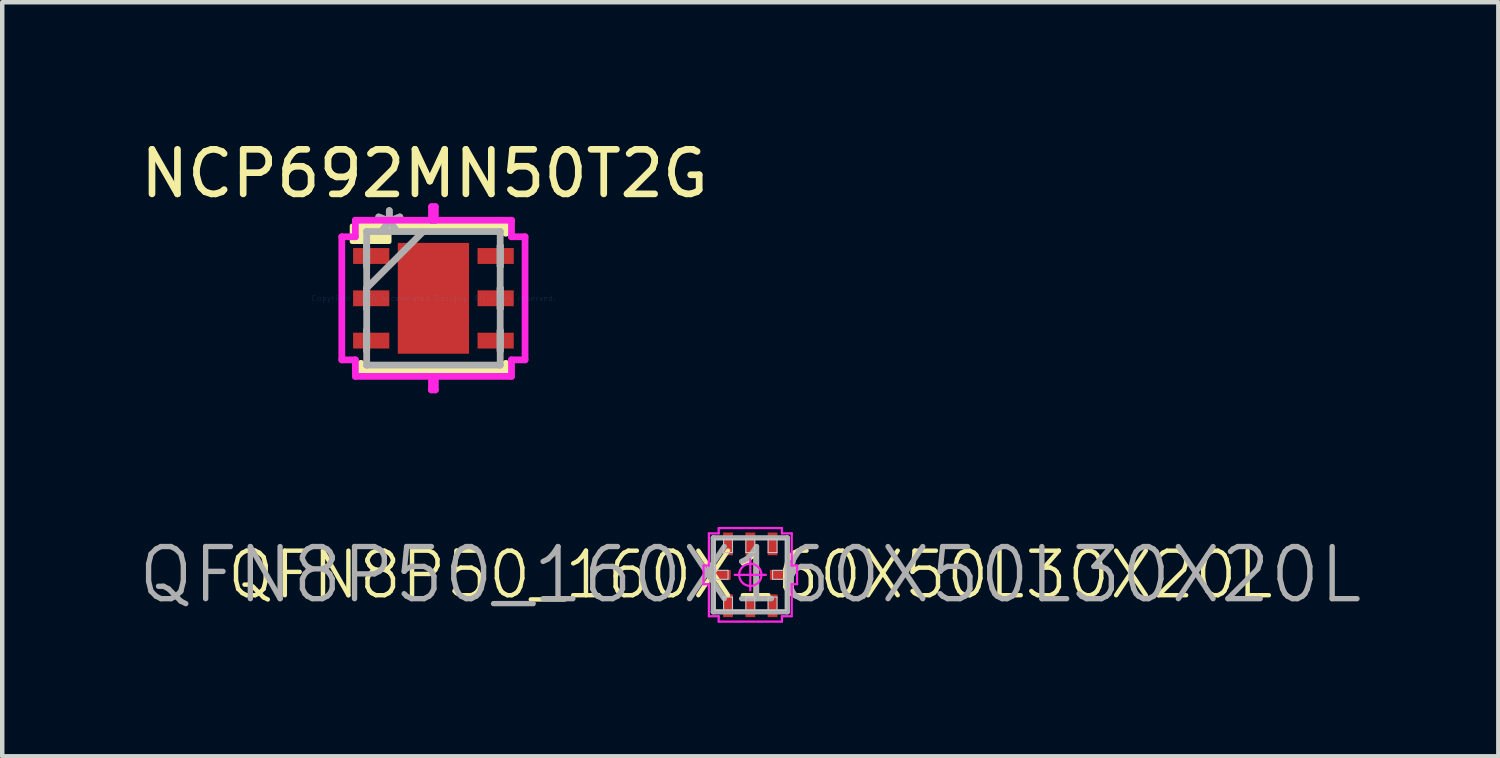
<source format=kicad_pcb>
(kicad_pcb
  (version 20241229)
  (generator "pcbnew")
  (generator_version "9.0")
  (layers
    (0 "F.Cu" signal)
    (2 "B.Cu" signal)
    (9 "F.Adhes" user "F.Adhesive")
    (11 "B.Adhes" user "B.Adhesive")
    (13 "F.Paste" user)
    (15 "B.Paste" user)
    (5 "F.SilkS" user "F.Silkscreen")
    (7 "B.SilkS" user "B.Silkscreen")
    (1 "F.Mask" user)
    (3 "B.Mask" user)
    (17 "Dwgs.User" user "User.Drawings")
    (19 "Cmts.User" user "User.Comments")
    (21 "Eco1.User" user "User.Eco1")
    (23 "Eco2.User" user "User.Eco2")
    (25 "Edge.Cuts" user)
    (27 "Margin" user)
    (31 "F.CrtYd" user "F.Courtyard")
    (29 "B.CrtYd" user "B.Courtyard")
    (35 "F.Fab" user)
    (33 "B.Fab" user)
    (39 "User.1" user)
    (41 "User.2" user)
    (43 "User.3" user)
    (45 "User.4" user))
  (footprint "NCP692MN50T2G"
    (layer "F.Cu")
    (at 6.682 3.648)
    (property "Reference" "NCP692MN50T2G" (at -0.2 -2.8 0) (layer "F.SilkS") (effects (font (size 1 1) (thickness 0.15))))
    (attr through_hole)
    (fp_line (start -1.626 -1.626) (end -1.626 -1.461) (stroke (width 0.152) (type solid)) (layer "F.SilkS"))
    (fp_line (start -1.626 1.461) (end -1.626 1.626) (stroke (width 0.152) (type solid)) (layer "F.SilkS"))
    (fp_line (start -1.626 1.626) (end 1.626 1.626) (stroke (width 0.152) (type solid)) (layer "F.SilkS"))
    (fp_line (start 1.626 -1.626) (end -1.626 -1.626) (stroke (width 0.152) (type solid)) (layer "F.SilkS"))
    (fp_line (start 1.626 -1.461) (end 1.626 -1.626) (stroke (width 0.152) (type solid)) (layer "F.SilkS"))
    (fp_line (start 1.626 1.626) (end 1.626 1.461) (stroke (width 0.152) (type solid)) (layer "F.SilkS"))
    (fp_poly (pts (xy -0.991 -1.27) (xy -1.829 -1.27) (xy -1.829 -1.626) (xy -0.991 -1.626)) (stroke (width 0.1) (type solid)) (fill yes) (layer "F.SilkS"))
    (fp_line (start -2.057 -1.382) (end -1.753 -1.382) (stroke (width 0.152) (type solid)) (layer "F.CrtYd"))
    (fp_line (start -2.057 1.382) (end -2.057 -1.382) (stroke (width 0.152) (type solid)) (layer "F.CrtYd"))
    (fp_line (start -1.753 -1.753) (end 0.043 -1.753) (stroke (width 0.152) (type solid)) (layer "F.CrtYd"))
    (fp_line (start -1.753 -1.382) (end -1.753 -1.753) (stroke (width 0.152) (type solid)) (layer "F.CrtYd"))
    (fp_line (start -1.753 1.382) (end -2.057 1.382) (stroke (width 0.152) (type solid)) (layer "F.CrtYd"))
    (fp_line (start -1.753 1.753) (end -1.753 1.382) (stroke (width 0.152) (type solid)) (layer "F.CrtYd"))
    (fp_line (start -0.043 -2.057) (end -0.043 -1.753) (stroke (width 0.152) (type solid)) (layer "F.CrtYd"))
    (fp_line (start -0.043 -1.753) (end 1.753 -1.753) (stroke (width 0.152) (type solid)) (layer "F.CrtYd"))
    (fp_line (start -0.043 1.753) (end -0.043 2.057) (stroke (width 0.152) (type solid)) (layer "F.CrtYd"))
    (fp_line (start -0.043 2.057) (end 0.043 2.057) (stroke (width 0.152) (type solid)) (layer "F.CrtYd"))
    (fp_line (start 0.043 -2.057) (end -0.043 -2.057) (stroke (width 0.152) (type solid)) (layer "F.CrtYd"))
    (fp_line (start 0.043 -1.753) (end 0.043 -2.057) (stroke (width 0.152) (type solid)) (layer "F.CrtYd"))
    (fp_line (start 0.043 1.753) (end -1.753 1.753) (stroke (width 0.152) (type solid)) (layer "F.CrtYd"))
    (fp_line (start 0.043 2.057) (end 0.043 1.753) (stroke (width 0.152) (type solid)) (layer "F.CrtYd"))
    (fp_line (start 1.753 -1.753) (end 1.753 -1.382) (stroke (width 0.152) (type solid)) (layer "F.CrtYd"))
    (fp_line (start 1.753 -1.382) (end 2.057 -1.382) (stroke (width 0.152) (type solid)) (layer "F.CrtYd"))
    (fp_line (start 1.753 1.382) (end 1.753 1.753) (stroke (width 0.152) (type solid)) (layer "F.CrtYd"))
    (fp_line (start 1.753 1.753) (end -0.043 1.753) (stroke (width 0.152) (type solid)) (layer "F.CrtYd"))
    (fp_line (start 2.057 -1.382) (end 2.057 1.382) (stroke (width 0.152) (type solid)) (layer "F.CrtYd"))
    (fp_line (start 2.057 1.382) (end 1.753 1.382) (stroke (width 0.152) (type solid)) (layer "F.CrtYd"))
    (fp_line (start -1.499 -1.499) (end -1.499 -1.499) (stroke (width 0.152) (type solid)) (layer "F.Fab"))
    (fp_line (start -1.499 -1.499) (end -1.499 1.499) (stroke (width 0.152) (type solid)) (layer "F.Fab"))
    (fp_line (start -1.499 -1.179) (end -1.499 -1.179) (stroke (width 0.152) (type solid)) (layer "F.Fab"))
    (fp_line (start -1.499 -1.179) (end -1.499 -0.721) (stroke (width 0.152) (type solid)) (layer "F.Fab"))
    (fp_line (start -1.499 -0.721) (end -1.499 -1.179) (stroke (width 0.152) (type solid)) (layer "F.Fab"))
    (fp_line (start -1.499 -0.721) (end -1.499 -0.721) (stroke (width 0.152) (type solid)) (layer "F.Fab"))
    (fp_line (start -1.499 -0.229) (end -1.499 -0.229) (stroke (width 0.152) (type solid)) (layer "F.Fab"))
    (fp_line (start -1.499 -0.229) (end -1.499 0.229) (stroke (width 0.152) (type solid)) (layer "F.Fab"))
    (fp_line (start -1.499 -0.229) (end -0.229 -1.499) (stroke (width 0.152) (type solid)) (layer "F.Fab"))
    (fp_line (start -1.499 0.229) (end -1.499 -0.229) (stroke (width 0.152) (type solid)) (layer "F.Fab"))
    (fp_line (start -1.499 0.229) (end -1.499 0.229) (stroke (width 0.152) (type solid)) (layer "F.Fab"))
    (fp_line (start -1.499 0.721) (end -1.499 0.721) (stroke (width 0.152) (type solid)) (layer "F.Fab"))
    (fp_line (start -1.499 0.721) (end -1.499 1.179) (stroke (width 0.152) (type solid)) (layer "F.Fab"))
    (fp_line (start -1.499 1.179) (end -1.499 0.721) (stroke (width 0.152) (type solid)) (layer "F.Fab"))
    (fp_line (start -1.499 1.179) (end -1.499 1.179) (stroke (width 0.152) (type solid)) (layer "F.Fab"))
    (fp_line (start -1.499 1.499) (end -1.499 1.499) (stroke (width 0.152) (type solid)) (layer "F.Fab"))
    (fp_line (start -1.499 1.499) (end 1.499 1.499) (stroke (width 0.152) (type solid)) (layer "F.Fab"))
    (fp_line (start 1.499 -1.499) (end -1.499 -1.499) (stroke (width 0.152) (type solid)) (layer "F.Fab"))
    (fp_line (start 1.499 -1.499) (end 1.499 -1.499) (stroke (width 0.152) (type solid)) (layer "F.Fab"))
    (fp_line (start 1.499 -1.179) (end 1.499 -1.179) (stroke (width 0.152) (type solid)) (layer "F.Fab"))
    (fp_line (start 1.499 -1.179) (end 1.499 -0.721) (stroke (width 0.152) (type solid)) (layer "F.Fab"))
    (fp_line (start 1.499 -0.721) (end 1.499 -1.179) (stroke (width 0.152) (type solid)) (layer "F.Fab"))
    (fp_line (start 1.499 -0.721) (end 1.499 -0.721) (stroke (width 0.152) (type solid)) (layer "F.Fab"))
    (fp_line (start 1.499 -0.229) (end 1.499 -0.229) (stroke (width 0.152) (type solid)) (layer "F.Fab"))
    (fp_line (start 1.499 -0.229) (end 1.499 0.229) (stroke (width 0.152) (type solid)) (layer "F.Fab"))
    (fp_line (start 1.499 0.229) (end 1.499 -0.229) (stroke (width 0.152) (type solid)) (layer "F.Fab"))
    (fp_line (start 1.499 0.229) (end 1.499 0.229) (stroke (width 0.152) (type solid)) (layer "F.Fab"))
    (fp_line (start 1.499 0.721) (end 1.499 0.721) (stroke (width 0.152) (type solid)) (layer "F.Fab"))
    (fp_line (start 1.499 0.721) (end 1.499 1.179) (stroke (width 0.152) (type solid)) (layer "F.Fab"))
    (fp_line (start 1.499 1.179) (end 1.499 0.721) (stroke (width 0.152) (type solid)) (layer "F.Fab"))
    (fp_line (start 1.499 1.179) (end 1.499 1.179) (stroke (width 0.152) (type solid)) (layer "F.Fab"))
    (fp_line (start 1.499 1.499) (end 1.499 -1.499) (stroke (width 0.152) (type solid)) (layer "F.Fab"))
    (fp_line (start 1.499 1.499) (end 1.499 1.499) (stroke (width 0.152) (type solid)) (layer "F.Fab"))
    (fp_text user "Copyright 2016 Accelerated Designs. All rights reserved." (at 0 0 0) (layer "Cmts.User") (effects (font (size 0.127 0.127) (thickness 0.002))))
    (fp_text user "*" (at -0.991 -1.425 0) (layer "F.Fab") (effects (font (size 1 1) (thickness 0.15))))
    (fp_text user "*" (at -0.991 -1.425 0) (layer "F.Fab") (effects (font (size 1 1) (thickness 0.15))))
    (pad "1" smd rect (at -1.397 -0.95 90) (size 0.356 0.813) (layers "F.Cu" "F.Mask" "F.Paste"))
    (pad "2" smd rect (at -1.397 0 90) (size 0.356 0.813) (layers "F.Cu" "F.Mask" "F.Paste"))
    (pad "3" smd rect (at -1.397 0.95 90) (size 0.356 0.813) (layers "F.Cu" "F.Mask" "F.Paste"))
    (pad "4" smd rect (at 1.397 0.95 90) (size 0.356 0.813) (layers "F.Cu" "F.Mask" "F.Paste"))
    (pad "5" smd rect (at 1.397 0 90) (size 0.356 0.813) (layers "F.Cu" "F.Mask" "F.Paste"))
    (pad "6" smd rect (at 1.397 -0.95 90) (size 0.356 0.813) (layers "F.Cu" "F.Mask" "F.Paste"))
    (pad "7" smd rect (at 0 0) (size 1.6 2.489) (layers "F.Cu" "F.Mask" "F.Paste")))
  (footprint "QFN8P50_160X160X50L30X20L"
    (layer "F.Cu")
    (at 13.797 9.857)
    (property "Reference" "QFN8P50_160X160X50L30X20L" (at 0 0 0) (layer "F.SilkS") (effects (font (size 1 1) (thickness 0.1))))
    (attr smd)
    (fp_line (start -0.83 -0.83) (end -0.83 -0.26) (stroke (width 0.1) (type solid)) (layer "F.SilkS"))
    (fp_line (start -0.83 0.83) (end -0.83 0.26) (stroke (width 0.1) (type solid)) (layer "F.SilkS"))
    (fp_line (start 0.83 -0.83) (end 0.83 -0.26) (stroke (width 0.1) (type solid)) (layer "F.SilkS"))
    (fp_line (start 0.83 0.83) (end 0.83 0.26) (stroke (width 0.1) (type solid)) (layer "F.SilkS"))
    (fp_line (start -0.8 -0.8) (end 0.8 -0.8) (stroke (width 0.025) (type solid)) (layer "Dwgs.User"))
    (fp_line (start -0.8 -0.1) (end -0.5 -0.1) (stroke (width 0.025) (type solid)) (layer "Dwgs.User"))
    (fp_line (start -0.8 0.1) (end -0.8 -0.1) (stroke (width 0.025) (type solid)) (layer "Dwgs.User"))
    (fp_line (start -0.8 0.8) (end -0.8 -0.8) (stroke (width 0.025) (type solid)) (layer "Dwgs.User"))
    (fp_line (start -0.6 -0.8) (end -0.4 -0.8) (stroke (width 0.025) (type solid)) (layer "Dwgs.User"))
    (fp_line (start -0.6 -0.5) (end -0.6 -0.8) (stroke (width 0.025) (type solid)) (layer "Dwgs.User"))
    (fp_line (start -0.6 0.5) (end -0.4 0.5) (stroke (width 0.025) (type solid)) (layer "Dwgs.User"))
    (fp_line (start -0.6 0.8) (end -0.6 0.5) (stroke (width 0.025) (type solid)) (layer "Dwgs.User"))
    (fp_line (start -0.5 -0.1) (end -0.5 0.1) (stroke (width 0.025) (type solid)) (layer "Dwgs.User"))
    (fp_line (start -0.5 0.1) (end -0.8 0.1) (stroke (width 0.025) (type solid)) (layer "Dwgs.User"))
    (fp_line (start -0.4 -0.8) (end -0.4 -0.5) (stroke (width 0.025) (type solid)) (layer "Dwgs.User"))
    (fp_line (start -0.4 -0.5) (end -0.6 -0.5) (stroke (width 0.025) (type solid)) (layer "Dwgs.User"))
    (fp_line (start -0.4 0.5) (end -0.4 0.8) (stroke (width 0.025) (type solid)) (layer "Dwgs.User"))
    (fp_line (start -0.4 0.8) (end -0.6 0.8) (stroke (width 0.025) (type solid)) (layer "Dwgs.User"))
    (fp_line (start -0.1 -0.8) (end 0.1 -0.8) (stroke (width 0.025) (type solid)) (layer "Dwgs.User"))
    (fp_line (start -0.1 -0.5) (end -0.1 -0.8) (stroke (width 0.025) (type solid)) (layer "Dwgs.User"))
    (fp_line (start -0.1 0.5) (end 0.1 0.5) (stroke (width 0.025) (type solid)) (layer "Dwgs.User"))
    (fp_line (start -0.1 0.8) (end -0.1 0.5) (stroke (width 0.025) (type solid)) (layer "Dwgs.User"))
    (fp_line (start 0.1 -0.8) (end 0.1 -0.5) (stroke (width 0.025) (type solid)) (layer "Dwgs.User"))
    (fp_line (start 0.1 -0.5) (end -0.1 -0.5) (stroke (width 0.025) (type solid)) (layer "Dwgs.User"))
    (fp_line (start 0.1 0.5) (end 0.1 0.8) (stroke (width 0.025) (type solid)) (layer "Dwgs.User"))
    (fp_line (start 0.1 0.8) (end -0.1 0.8) (stroke (width 0.025) (type solid)) (layer "Dwgs.User"))
    (fp_line (start 0.4 -0.8) (end 0.6 -0.8) (stroke (width 0.025) (type solid)) (layer "Dwgs.User"))
    (fp_line (start 0.4 -0.5) (end 0.4 -0.8) (stroke (width 0.025) (type solid)) (layer "Dwgs.User"))
    (fp_line (start 0.4 0.5) (end 0.6 0.5) (stroke (width 0.025) (type solid)) (layer "Dwgs.User"))
    (fp_line (start 0.4 0.8) (end 0.4 0.5) (stroke (width 0.025) (type solid)) (layer "Dwgs.User"))
    (fp_line (start 0.5 -0.1) (end 0.8 -0.1) (stroke (width 0.025) (type solid)) (layer "Dwgs.User"))
    (fp_line (start 0.5 0.1) (end 0.5 -0.1) (stroke (width 0.025) (type solid)) (layer "Dwgs.User"))
    (fp_line (start 0.6 -0.8) (end 0.6 -0.5) (stroke (width 0.025) (type solid)) (layer "Dwgs.User"))
    (fp_line (start 0.6 -0.5) (end 0.4 -0.5) (stroke (width 0.025) (type solid)) (layer "Dwgs.User"))
    (fp_line (start 0.6 0.5) (end 0.6 0.8) (stroke (width 0.025) (type solid)) (layer "Dwgs.User"))
    (fp_line (start 0.6 0.8) (end 0.4 0.8) (stroke (width 0.025) (type solid)) (layer "Dwgs.User"))
    (fp_line (start 0.8 -0.8) (end 0.8 0.8) (stroke (width 0.025) (type solid)) (layer "Dwgs.User"))
    (fp_line (start 0.8 -0.1) (end 0.8 0.1) (stroke (width 0.025) (type solid)) (layer "Dwgs.User"))
    (fp_line (start 0.8 0.1) (end 0.5 0.1) (stroke (width 0.025) (type solid)) (layer "Dwgs.User"))
    (fp_line (start 0.8 0.8) (end -0.8 0.8) (stroke (width 0.025) (type solid)) (layer "Dwgs.User"))
    (fp_line (start -1.05 -0.21) (end -1.05 0.21) (stroke (width 0.05) (type solid)) (layer "F.CrtYd"))
    (fp_line (start -1.05 0.21) (end -0.93 0.21) (stroke (width 0.05) (type solid)) (layer "F.CrtYd"))
    (fp_line (start -0.93 -0.93) (end -0.93 -0.21) (stroke (width 0.05) (type solid)) (layer "F.CrtYd"))
    (fp_line (start -0.93 -0.21) (end -1.05 -0.21) (stroke (width 0.05) (type solid)) (layer "F.CrtYd"))
    (fp_line (start -0.93 0.21) (end -0.93 0.93) (stroke (width 0.05) (type solid)) (layer "F.CrtYd"))
    (fp_line (start -0.93 0.93) (end -0.71 0.93) (stroke (width 0.05) (type solid)) (layer "F.CrtYd"))
    (fp_line (start -0.71 -1.05) (end -0.71 -0.93) (stroke (width 0.05) (type solid)) (layer "F.CrtYd"))
    (fp_line (start -0.71 -0.93) (end -0.93 -0.93) (stroke (width 0.05) (type solid)) (layer "F.CrtYd"))
    (fp_line (start -0.71 0.93) (end -0.71 1.05) (stroke (width 0.05) (type solid)) (layer "F.CrtYd"))
    (fp_line (start -0.71 1.05) (end 0.71 1.05) (stroke (width 0.05) (type solid)) (layer "F.CrtYd"))
    (fp_line (start -0.35 0) (end 0.35 0) (stroke (width 0.05) (type solid)) (layer "F.CrtYd"))
    (fp_line (start 0 -0.35) (end 0 0.35) (stroke (width 0.05) (type solid)) (layer "F.CrtYd"))
    (fp_line (start 0.71 -1.05) (end -0.71 -1.05) (stroke (width 0.05) (type solid)) (layer "F.CrtYd"))
    (fp_line (start 0.71 -0.93) (end 0.71 -1.05) (stroke (width 0.05) (type solid)) (layer "F.CrtYd"))
    (fp_line (start 0.71 0.93) (end 0.93 0.93) (stroke (width 0.05) (type solid)) (layer "F.CrtYd"))
    (fp_line (start 0.71 1.05) (end 0.71 0.93) (stroke (width 0.05) (type solid)) (layer "F.CrtYd"))
    (fp_line (start 0.93 -0.93) (end 0.71 -0.93) (stroke (width 0.05) (type solid)) (layer "F.CrtYd"))
    (fp_line (start 0.93 -0.21) (end 0.93 -0.93) (stroke (width 0.05) (type solid)) (layer "F.CrtYd"))
    (fp_line (start 0.93 0.21) (end 1.05 0.21) (stroke (width 0.05) (type solid)) (layer "F.CrtYd"))
    (fp_line (start 0.93 0.93) (end 0.93 0.21) (stroke (width 0.05) (type solid)) (layer "F.CrtYd"))
    (fp_line (start 1.05 -0.21) (end 0.93 -0.21) (stroke (width 0.05) (type solid)) (layer "F.CrtYd"))
    (fp_line (start 1.05 0.21) (end 1.05 -0.21) (stroke (width 0.05) (type solid)) (layer "F.CrtYd"))
    (fp_circle (center 0 0) (end 0 0.25) (stroke (width 0.05) (type solid)) (fill no) (layer "F.CrtYd"))
    (fp_line (start -0.83 -0.83) (end 0.83 -0.83) (stroke (width 0.12) (type solid)) (layer "F.Fab"))
    (fp_line (start -0.83 0.83) (end -0.83 -0.83) (stroke (width 0.12) (type solid)) (layer "F.Fab"))
    (fp_line (start 0.83 -0.83) (end 0.83 0.83) (stroke (width 0.12) (type solid)) (layer "F.Fab"))
    (fp_line (start 0.83 0.83) (end -0.83 0.83) (stroke (width 0.12) (type solid)) (layer "F.Fab"))
    (fp_text user "${REFERENCE}" (at 0 0 0) (layer "F.Fab") (effects (font (size 1.17 1.17) (thickness 0.12))))
    (pad "1" smd rect (at -0.5 0.695 90) (size 0.51 0.22) (layers "F.Cu" "F.Mask" "F.Paste"))
    (pad "2" smd rect (at 0 0.695 90) (size 0.51 0.22) (layers "F.Cu" "F.Mask" "F.Paste"))
    (pad "3" smd rect (at 0.5 0.695 90) (size 0.51 0.22) (layers "F.Cu" "F.Mask" "F.Paste"))
    (pad "4" smd rect (at 0.695 0) (size 0.51 0.22) (layers "F.Cu" "F.Mask" "F.Paste"))
    (pad "5" smd rect (at 0.5 -0.695 90) (size 0.51 0.22) (layers "F.Cu" "F.Mask" "F.Paste"))
    (pad "6" smd rect (at 0 -0.695 90) (size 0.51 0.22) (layers "F.Cu" "F.Mask" "F.Paste"))
    (pad "7" smd rect (at -0.5 -0.695 90) (size 0.51 0.22) (layers "F.Cu" "F.Mask" "F.Paste"))
    (pad "8" smd rect (at -0.695 0) (size 0.51 0.22) (layers "F.Cu" "F.Mask" "F.Paste")))
  (gr_rect
    (start -3 -3)
    (end 30.593 13.932)
    (stroke (width 0.1) (type default))
    (fill no)
    (layer "Edge.Cuts")))
</source>
